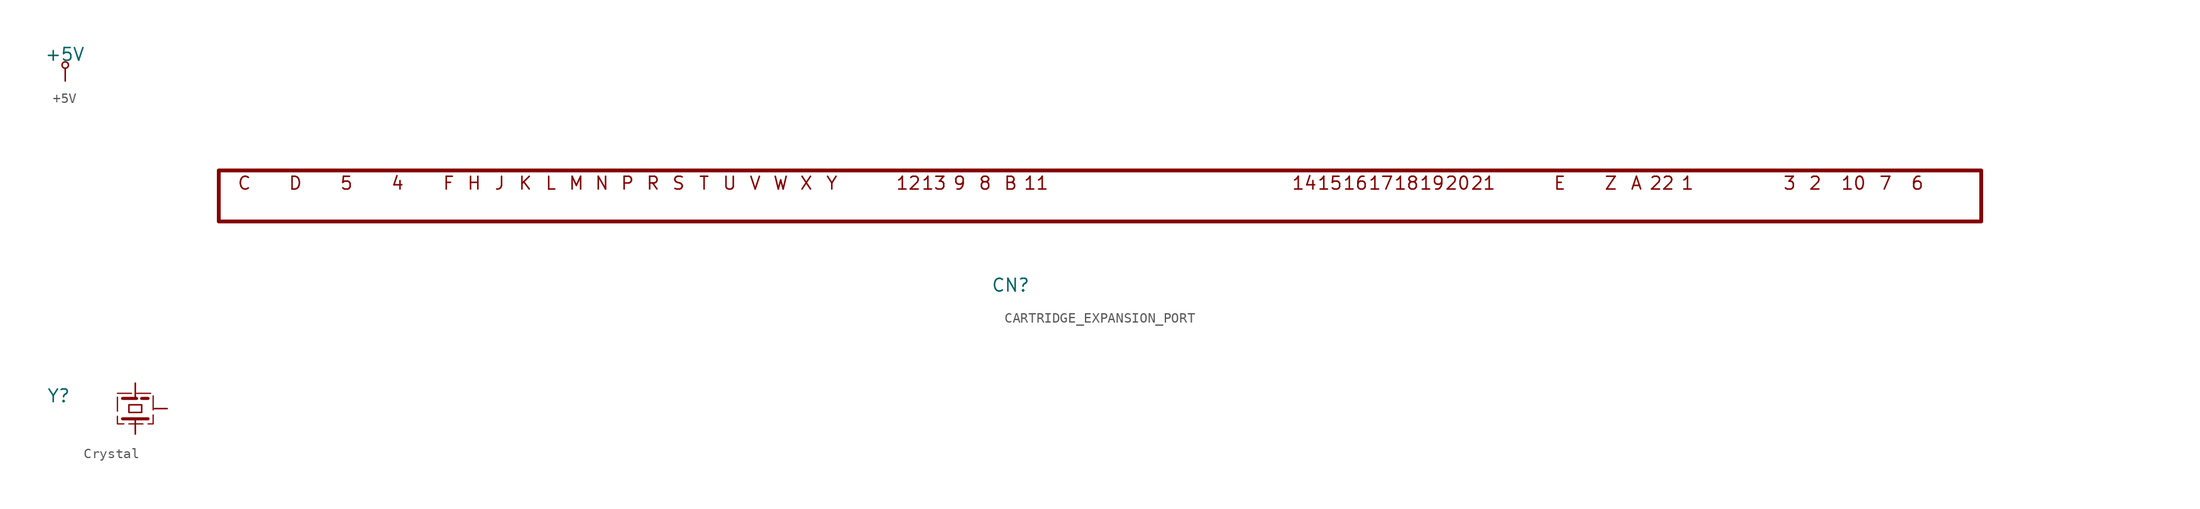
<source format=kicad_sym>
(kicad_symbol_lib
  (version 20220914)
  (generator kicad_symbol_editor)
  (symbol "+5V"
    (power)
    (pin_names
      (offset 0))
    (property "Reference" "#PWR"
      (at 0 -3.81 0)
      (effects (font (size 1.27 1.27)) hide))
    (property "Value" "+5V"
      (at -0.049 2.663 0)
      (effects (font (size 1.27 1.27))))
    (symbol "+5V_0_1"
      (polyline (pts (xy 0 0) (xy 0 1.27)) (stroke (width 0) (type default)) (fill (type none)))
      (circle (center 0 1.599) (radius 0.32) (stroke (width 0) (type default)) (fill (type none))))
    (symbol "+5V_1_1"
      (pin power_in line (at 0 0 90) (length 0) hide (name "+5V" (effects (font (size 1.27 1.27)))) (number "1" (effects (font (size 1.27 1.27)))))))
  (symbol "CARTRIDGE_EXPANSION_PORT"
    (property "Reference" "CN"
      (at -8.89 -8.89 0)
      (effects (font (size 1.27 1.27))))
    (property "Value" ""
      (at 0 0 0)
      (effects (font (size 1.27 1.27))))
    (symbol "CARTRIDGE_EXPANSION_PORT_0_0"
      (text "1" (at 58.42 1.27 0) (effects (font (size 1.27 1.27))))
      (text "10" (at 74.93 1.27 0) (effects (font (size 1.27 1.27))))
      (text "11" (at -6.35 1.27 0) (effects (font (size 1.27 1.27))))
      (text "12" (at -19.05 1.27 0) (effects (font (size 1.27 1.27))))
      (text "13" (at -16.51 1.27 0) (effects (font (size 1.27 1.27))))
      (text "14" (at 20.32 1.27 0) (effects (font (size 1.27 1.27))))
      (text "15" (at 22.86 1.27 0) (effects (font (size 1.27 1.27))))
      (text "16" (at 25.4 1.27 0) (effects (font (size 1.27 1.27))))
      (text "17" (at 27.94 1.27 0) (effects (font (size 1.27 1.27))))
      (text "18" (at 30.48 1.27 0) (effects (font (size 1.27 1.27))))
      (text "19" (at 33.02 1.27 0) (effects (font (size 1.27 1.27))))
      (text "2" (at 71.12 1.27 0) (effects (font (size 1.27 1.27))))
      (text "20" (at 35.56 1.27 0) (effects (font (size 1.27 1.27))))
      (text "21" (at 38.1 1.27 0) (effects (font (size 1.27 1.27))))
      (text "22" (at 55.88 1.27 0) (effects (font (size 1.27 1.27))))
      (text "3" (at 68.58 1.27 0) (effects (font (size 1.27 1.27))))
      (text "4" (at -69.85 1.27 0) (effects (font (size 1.27 1.27))))
      (text "5" (at -74.93 1.27 0) (effects (font (size 1.27 1.27))))
      (text "6" (at 81.28 1.27 0) (effects (font (size 1.27 1.27))))
      (text "7" (at 78.105 1.27 0) (effects (font (size 1.27 1.27))))
      (text "8" (at -11.43 1.27 0) (effects (font (size 1.27 1.27))))
      (text "9" (at -13.97 1.27 0) (effects (font (size 1.27 1.27))))
      (text "A" (at 53.34 1.27 0) (effects (font (size 1.27 1.27))))
      (text "B" (at -8.89 1.27 0) (effects (font (size 1.27 1.27))))
      (text "C" (at -85.09 1.27 0) (effects (font (size 1.27 1.27))))
      (text "D" (at -80.01 1.27 0) (effects (font (size 1.27 1.27))))
      (text "E" (at 45.72 1.27 0) (effects (font (size 1.27 1.27))))
      (text "F" (at -64.77 1.27 0) (effects (font (size 1.27 1.27))))
      (text "H" (at -62.23 1.27 0) (effects (font (size 1.27 1.27))))
      (text "J" (at -59.69 1.27 0) (effects (font (size 1.27 1.27))))
      (text "K" (at -57.15 1.27 0) (effects (font (size 1.27 1.27))))
      (text "L" (at -54.61 1.27 0) (effects (font (size 1.27 1.27))))
      (text "M" (at -52.07 1.27 0) (effects (font (size 1.27 1.27))))
      (text "N" (at -49.53 1.27 0) (effects (font (size 1.27 1.27))))
      (text "P" (at -46.99 1.27 0) (effects (font (size 1.27 1.27))))
      (text "R" (at -44.45 1.27 0) (effects (font (size 1.27 1.27))))
      (text "S" (at -41.91 1.27 0) (effects (font (size 1.27 1.27))))
      (text "T" (at -39.37 1.27 0) (effects (font (size 1.27 1.27))))
      (text "U" (at -36.83 1.27 0) (effects (font (size 1.27 1.27))))
      (text "V" (at -34.29 1.27 0) (effects (font (size 1.27 1.27))))
      (text "W" (at -31.75 1.27 0) (effects (font (size 1.27 1.27))))
      (text "X" (at -29.21 1.27 0) (effects (font (size 1.27 1.27))))
      (text "Y" (at -26.67 1.27 0) (effects (font (size 1.27 1.27))))
      (text "Z" (at 50.8 1.27 0) (effects (font (size 1.27 1.27)))))
    (symbol "CARTRIDGE_EXPANSION_PORT_0_1"
      (rectangle (start -87.63 2.54) (end 87.63 -2.54) (stroke (width 0.381) (type default)) (fill (type none))))
    (symbol "CARTRIDGE_EXPANSION_PORT_1_1"
      (pin input line (at 58.42 2.54 0) (length 0) hide (name "" (effects (font (size 1.27 1.27)))) (number "1" (effects (font (size 1.27 1.27)))))
      (pin input line (at 74.93 2.54 0) (length 0) hide (name "" (effects (font (size 1.27 1.27)))) (number "10" (effects (font (size 1.27 1.27)))))
      (pin input line (at -6.35 2.54 270) (length 0) hide (name "" (effects (font (size 1.27 1.27)))) (number "11" (effects (font (size 1.016 1.016)))))
      (pin input line (at -19.05 2.54 270) (length 0) hide (name "" (effects (font (size 1.27 1.27)))) (number "12" (effects (font (size 1.016 1.016)))))
      (pin input line (at -16.51 2.54 270) (length 0) hide (name "" (effects (font (size 1.27 1.27)))) (number "13" (effects (font (size 1.016 1.016)))))
      (pin input line (at 20.32 2.54 0) (length 2.54) hide (name "" (effects (font (size 1.27 1.27)))) (number "14" (effects (font (size 1.27 1.27)))))
      (pin input line (at 22.86 2.54 0) (length 2.54) hide (name "" (effects (font (size 1.27 1.27)))) (number "15" (effects (font (size 1.27 1.27)))))
      (pin input line (at 25.4 2.54 0) (length 2.54) hide (name "" (effects (font (size 1.27 1.27)))) (number "16" (effects (font (size 1.27 1.27)))))
      (pin input line (at 27.94 2.54 0) (length 2.54) hide (name "" (effects (font (size 1.27 1.27)))) (number "17" (effects (font (size 1.27 1.27)))))
      (pin input line (at 30.48 2.54 0) (length 2.54) hide (name "" (effects (font (size 1.27 1.27)))) (number "18" (effects (font (size 1.27 1.27)))))
      (pin input line (at 33.02 2.54 0) (length 2.54) hide (name "" (effects (font (size 1.27 1.27)))) (number "19" (effects (font (size 1.27 1.27)))))
      (pin input line (at 71.12 2.54 0) (length 0) hide (name "" (effects (font (size 1.27 1.27)))) (number "2" (effects (font (size 1.27 1.27)))))
      (pin input line (at 35.56 2.54 0) (length 2.54) hide (name "" (effects (font (size 1.27 1.27)))) (number "20" (effects (font (size 1.27 1.27)))))
      (pin input line (at 38.1 2.54 0) (length 2.54) hide (name "" (effects (font (size 1.27 1.27)))) (number "21" (effects (font (size 1.27 1.27)))))
      (pin input line (at 55.88 2.54 0) (length 0) hide (name "" (effects (font (size 1.27 1.27)))) (number "22" (effects (font (size 1.27 1.27)))))
      (pin input line (at 68.58 2.54 0) (length 0) hide (name "" (effects (font (size 1.27 1.27)))) (number "3" (effects (font (size 1.27 1.27)))))
      (pin input inverted (at -69.85 2.54 90) (length 0) hide (name "" (effects (font (size 1.27 1.27)))) (number "4" (effects (font (size 1.27 1.27)))))
      (pin input inverted (at -74.93 2.54 90) (length 0) hide (name "" (effects (font (size 1.27 1.27)))) (number "5" (effects (font (size 1.27 1.27)))))
      (pin input line (at 81.28 2.54 0) (length 0) hide (name "" (effects (font (size 1.27 1.27)))) (number "6" (effects (font (size 1.27 1.27)))))
      (pin input line (at 78.105 2.54 0) (length 0) hide (name "" (effects (font (size 1.27 1.27)))) (number "7" (effects (font (size 1.27 1.27)))))
      (pin input line (at -11.43 2.54 270) (length 0) hide (name "" (effects (font (size 1.27 1.27)))) (number "8" (effects (font (size 1.016 1.016)))))
      (pin input line (at -13.97 2.54 270) (length 0) hide (name "" (effects (font (size 1.27 1.27)))) (number "9" (effects (font (size 1.016 1.016)))))
      (pin input line (at 53.34 2.54 0) (length 0) hide (name "" (effects (font (size 1.27 1.27)))) (number "A" (effects (font (size 1.27 1.27)))))
      (pin input line (at -8.89 2.54 270) (length 0) hide (name "" (effects (font (size 1.27 1.27)))) (number "B" (effects (font (size 1.016 1.016)))))
      (pin input inverted (at -85.09 2.54 90) (length 0) hide (name "" (effects (font (size 1.27 1.27)))) (number "C" (effects (font (size 1.27 1.27)))))
      (pin input inverted (at -80.01 2.54 90) (length 0) hide (name "" (effects (font (size 1.27 1.27)))) (number "D" (effects (font (size 1.27 1.27)))))
      (pin input line (at 45.72 2.54 0) (length 0) hide (name "" (effects (font (size 1.27 1.27)))) (number "E" (effects (font (size 1.27 1.27)))))
      (pin input inverted (at -64.77 2.54 90) (length 0) hide (name "" (effects (font (size 1.27 1.27)))) (number "F" (effects (font (size 1.27 1.27)))))
      (pin input line (at -62.23 2.54 270) (length 0) hide (name "" (effects (font (size 1.27 1.27)))) (number "H" (effects (font (size 1.27 1.27)))))
      (pin input line (at -59.69 2.54 270) (length 0) hide (name "" (effects (font (size 1.27 1.27)))) (number "J" (effects (font (size 1.27 1.27)))))
      (pin input line (at -57.15 2.54 270) (length 0) hide (name "" (effects (font (size 1.27 1.27)))) (number "K" (effects (font (size 1.27 1.27)))))
      (pin input line (at -54.61 2.54 270) (length 0) hide (name "" (effects (font (size 1.27 1.27)))) (number "L" (effects (font (size 1.27 1.27)))))
      (pin input line (at -52.07 2.54 270) (length 0) hide (name "" (effects (font (size 1.27 1.27)))) (number "M" (effects (font (size 1.27 1.27)))))
      (pin input line (at -49.53 2.54 270) (length 0) hide (name "" (effects (font (size 1.27 1.27)))) (number "N" (effects (font (size 1.27 1.27)))))
      (pin input line (at -46.99 2.54 270) (length 0) hide (name "" (effects (font (size 1.27 1.27)))) (number "P" (effects (font (size 1.27 1.27)))))
      (pin input line (at -44.45 2.54 270) (length 0) hide (name "" (effects (font (size 1.27 1.27)))) (number "R" (effects (font (size 1.27 1.27)))))
      (pin input line (at -41.91 2.54 270) (length 0) hide (name "" (effects (font (size 1.27 1.27)))) (number "S" (effects (font (size 1.27 1.27)))))
      (pin input line (at -39.37 2.54 270) (length 0) hide (name "" (effects (font (size 1.27 1.27)))) (number "T" (effects (font (size 1.27 1.27)))))
      (pin input line (at -36.83 2.54 270) (length 0) hide (name "" (effects (font (size 1.27 1.27)))) (number "U" (effects (font (size 1.27 1.27)))))
      (pin input line (at -34.29 2.54 270) (length 0) hide (name "" (effects (font (size 1.27 1.27)))) (number "V" (effects (font (size 1.27 1.27)))))
      (pin input line (at -31.75 2.54 270) (length 0) hide (name "" (effects (font (size 1.27 1.27)))) (number "W" (effects (font (size 1.27 1.27)))))
      (pin input line (at -29.21 2.54 270) (length 0) hide (name "" (effects (font (size 1.27 1.27)))) (number "X" (effects (font (size 1.27 1.27)))))
      (pin input line (at -26.67 2.54 270) (length 0) hide (name "" (effects (font (size 1.27 1.27)))) (number "Y" (effects (font (size 1.27 1.27)))))
      (pin input line (at 50.8 2.54 0) (length 0) hide (name "" (effects (font (size 1.27 1.27)))) (number "Z" (effects (font (size 1.27 1.27)))))))
  (symbol "Crystal"
    (pin_names
      (offset 1.016))
    (property "Reference" "Y"
      (at -7.62 1.27 0)
      (effects (font (size 1.27 1.27))))
    (symbol "Crystal_0_1"
      (rectangle (start -1.778 1.524) (end 1.778 -1.524) (stroke (width 0.127) (type dash)) (fill (type none)))
      (rectangle (start -0.635 0.381) (end 0.635 -0.381) (stroke (width 0) (type solid)) (fill (type none)))
      (polyline (pts (xy -1.27 1.016) (xy 1.27 1.016)) (stroke (width 0.305) (type solid)) (fill (type none)))
      (polyline (pts (xy 0 -1.016) (xy 0 -2.54)) (stroke (width 0) (type solid)) (fill (type none)))
      (polyline (pts (xy 0 1.016) (xy 0 2.54)) (stroke (width 0) (type solid)) (fill (type none)))
      (polyline (pts (xy 3.175 0) (xy 1.905 0)) (stroke (width 0) (type default)) (fill (type none))))
    (symbol "Crystal_1_1"
      (polyline (pts (xy -1.27 -1.016) (xy 1.27 -1.016)) (stroke (width 0.305) (type solid)) (fill (type none)))
      (pin input line (at 0 2.54 90) (length 0) hide (name "~" (effects (font (size 0.991 0.991)))) (number "1" (effects (font (size 1.27 1.27)))))
      (pin input line (at 0 -2.54 90) (length 0) hide (name "~" (effects (font (size 0.991 0.991)))) (number "2" (effects (font (size 1.27 1.27)))))
      (pin input line (at 3.175 0 180) (length 1.27) hide (name "" (effects (font (size 1.27 1.27)))) (number "3" (effects (font (size 1.27 1.27))))))))
</source>
